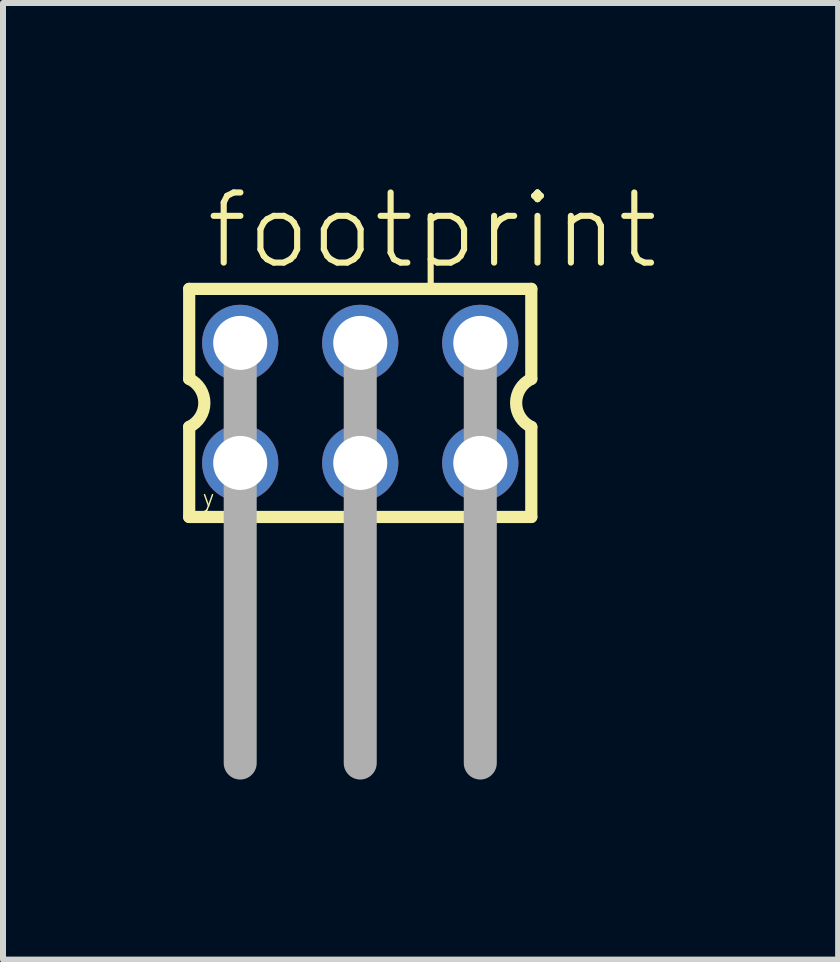
<source format=kicad_pcb>
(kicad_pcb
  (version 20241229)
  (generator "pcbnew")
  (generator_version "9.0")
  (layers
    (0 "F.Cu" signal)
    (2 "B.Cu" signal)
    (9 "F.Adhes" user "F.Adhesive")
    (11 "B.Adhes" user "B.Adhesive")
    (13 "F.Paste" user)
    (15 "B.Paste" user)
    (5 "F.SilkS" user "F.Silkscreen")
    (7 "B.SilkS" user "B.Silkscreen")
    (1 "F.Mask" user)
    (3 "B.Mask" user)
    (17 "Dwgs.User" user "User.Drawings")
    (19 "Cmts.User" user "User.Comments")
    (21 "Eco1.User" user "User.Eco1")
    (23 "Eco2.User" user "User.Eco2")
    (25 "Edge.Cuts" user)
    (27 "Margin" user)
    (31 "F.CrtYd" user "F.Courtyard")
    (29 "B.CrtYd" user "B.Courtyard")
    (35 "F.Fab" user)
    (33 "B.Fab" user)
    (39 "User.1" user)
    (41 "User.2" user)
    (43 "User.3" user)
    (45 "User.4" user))
  (footprint "footprint"
    (layer "F.Cu")
    (at 2.952 3.663)
    (property "Reference" "footprint" (at -2.62 -2.19 0) (layer "F.SilkS") (effects (font (size 1.168 1.168) (thickness 0.102)) (justify left bottom)))
    (fp_line (start -2.85 -1.9) (end -2.85 -0.4) (stroke (width 0.203) (type solid)) (layer "F.SilkS"))
    (fp_line (start -2.85 0.4) (end -2.85 1.9) (stroke (width 0.203) (type solid)) (layer "F.SilkS"))
    (fp_line (start -2.85 1.9) (end 2.85 1.9) (stroke (width 0.203) (type solid)) (layer "F.SilkS"))
    (fp_line (start 2.85 -1.9) (end -2.85 -1.9) (stroke (width 0.203) (type solid)) (layer "F.SilkS"))
    (fp_line (start 2.85 -0.4) (end 2.85 -1.9) (stroke (width 0.203) (type solid)) (layer "F.SilkS"))
    (fp_line (start 2.85 1.9) (end 2.85 0.4) (stroke (width 0.203) (type solid)) (layer "F.SilkS"))
    (fp_arc (start -2.85 -0.4) (mid -2.597167 0) (end -2.85 0.4) (stroke (width 0.2032) (type solid)) (layer "F.SilkS"))
    (fp_arc (start 2.85 0.4) (mid 2.597167 0) (end 2.85 -0.4) (stroke (width 0.2032) (type solid)) (layer "F.SilkS"))
    (fp_line (start -2 -1) (end -2 6) (stroke (width 0.55) (type solid)) (layer "F.Fab"))
    (fp_line (start 0 -1) (end 0 6) (stroke (width 0.55) (type solid)) (layer "F.Fab"))
    (fp_line (start 2 -1) (end 2 6) (stroke (width 0.55) (type solid)) (layer "F.Fab"))
    (fp_poly (pts (xy -2.25 -0.75) (xy -1.75 -0.75) (xy -1.75 -1.25) (xy -2.25 -1.25)) (stroke (width 0.1) (type solid)) (fill no) (layer "F.Fab"))
    (fp_poly (pts (xy -2.25 1.25) (xy -1.75 1.25) (xy -1.75 0.75) (xy -2.25 0.75)) (stroke (width 0.1) (type solid)) (fill no) (layer "F.Fab"))
    (fp_poly (pts (xy -0.25 -0.75) (xy 0.25 -0.75) (xy 0.25 -1.25) (xy -0.25 -1.25)) (stroke (width 0.1) (type solid)) (fill no) (layer "F.Fab"))
    (fp_poly (pts (xy -0.25 1.25) (xy 0.25 1.25) (xy 0.25 0.75) (xy -0.25 0.75)) (stroke (width 0.1) (type solid)) (fill no) (layer "F.Fab"))
    (fp_poly (pts (xy 1.75 -0.75) (xy 2.25 -0.75) (xy 2.25 -1.25) (xy 1.75 -1.25)) (stroke (width 0.1) (type solid)) (fill no) (layer "F.Fab"))
    (fp_poly (pts (xy 1.75 1.25) (xy 2.25 1.25) (xy 2.25 0.75) (xy 1.75 0.75)) (stroke (width 0.1) (type solid)) (fill no) (layer "F.Fab"))
    (fp_text user "y" (at -2.65 1.75 0) (layer "F.SilkS") (effects (font (size 0.28 0.28) (thickness 0.024)) (justify left bottom)))
    (pad "1" thru_hole circle (at -2 1) (size 1.27 1.27) (drill 0.9) (layers "*.Cu" "*.Mask"))
    (pad "2" thru_hole circle (at -2 -1) (size 1.27 1.27) (drill 0.9) (layers "*.Cu" "*.Mask"))
    (pad "3" thru_hole circle (at 0 1) (size 1.27 1.27) (drill 0.9) (layers "*.Cu" "*.Mask"))
    (pad "4" thru_hole circle (at 0 -1) (size 1.27 1.27) (drill 0.9) (layers "*.Cu" "*.Mask"))
    (pad "5" thru_hole circle (at 2 1) (size 1.27 1.27) (drill 0.9) (layers "*.Cu" "*.Mask"))
    (pad "6" thru_hole circle (at 2 -1) (size 1.27 1.27) (drill 0.9) (layers "*.Cu" "*.Mask")))
  (gr_rect
    (start -3 -3)
    (end 10.914 12.938)
    (stroke (width 0.1) (type default))
    (fill no)
    (layer "Edge.Cuts")))
</source>
